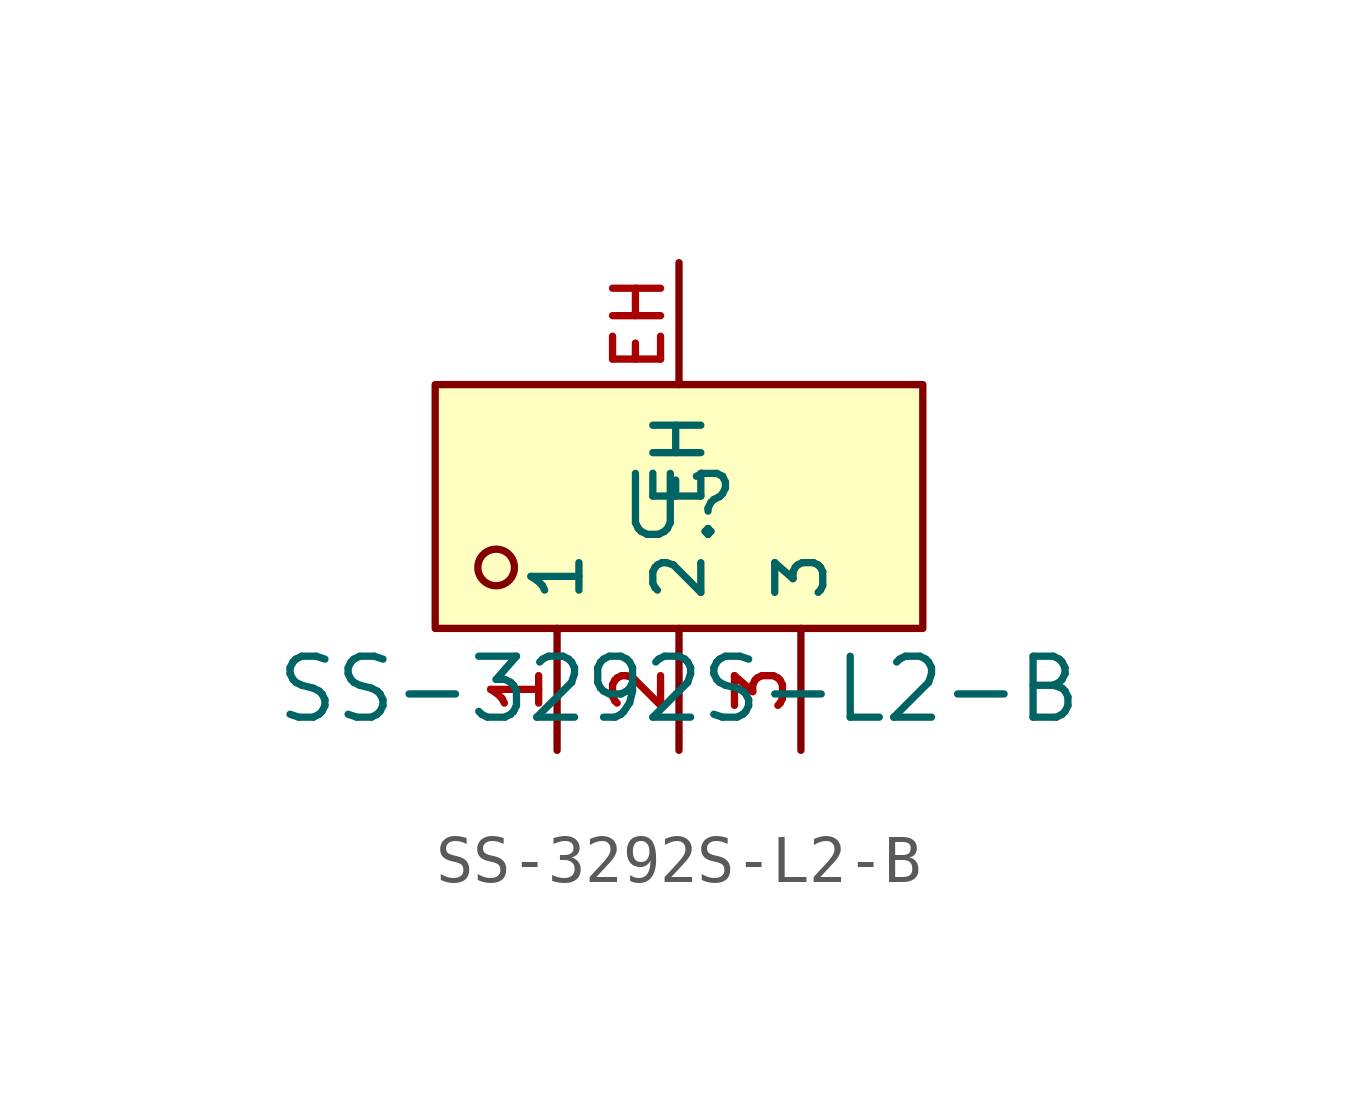
<source format=kicad_sym>
(kicad_symbol_lib
  (version 20210201)
  (generator TousstNicolas/JLC2KiCad_lib)
  (symbol "SS-3292S-L2-B"
    (property "Reference" "U"
      (at 0 1.27 0)
      (effects (font (size 1.27 1.27))))
    (property "Value" "SS-3292S-L2-B"
      (at 0 -2.54 0)
      (effects (font (size 1.27 1.27))))
    (symbol "SS-3292S-L2-B_0_1"
      (rectangle (start -5.08 3.81) (end 5.08 -1.27) (stroke (width 0) (type default) (color 0 0 0 0)) (fill (type background)))
      (circle (center -3.81 -0.0) (radius 0.381) (stroke (width 0) (type default) (color 0 0 0 0)) (fill (type background)))
      (pin unspecified line (at -2.54 -3.81 90) (length 2.54) (name "1" (effects (font (size 1 1)))) (number "1" (effects (font (size 1 1)))))
      (pin unspecified line (at 0.0 -3.81 90) (length 2.54) (name "2" (effects (font (size 1 1)))) (number "2" (effects (font (size 1 1)))))
      (pin unspecified line (at 2.54 -3.81 90) (length 2.54) (name "3" (effects (font (size 1 1)))) (number "3" (effects (font (size 1 1)))))
      (pin unspecified line (at 0.0 6.35 270) (length 2.54) (name "EH" (effects (font (size 1 1)))) (number "EH" (effects (font (size 1 1))))))))
</source>
